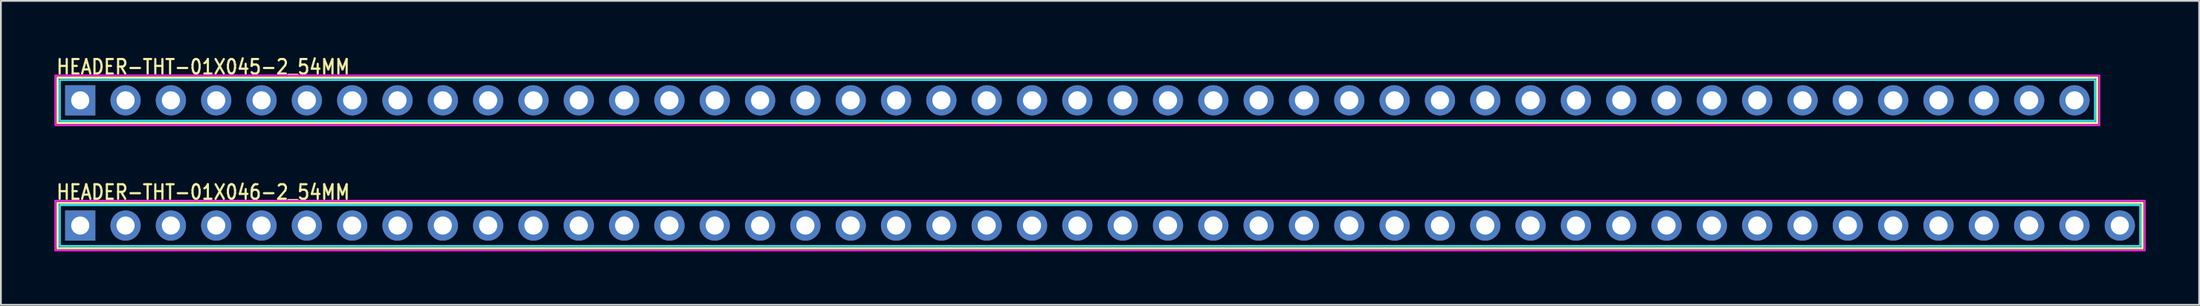
<source format=kicad_pcb>
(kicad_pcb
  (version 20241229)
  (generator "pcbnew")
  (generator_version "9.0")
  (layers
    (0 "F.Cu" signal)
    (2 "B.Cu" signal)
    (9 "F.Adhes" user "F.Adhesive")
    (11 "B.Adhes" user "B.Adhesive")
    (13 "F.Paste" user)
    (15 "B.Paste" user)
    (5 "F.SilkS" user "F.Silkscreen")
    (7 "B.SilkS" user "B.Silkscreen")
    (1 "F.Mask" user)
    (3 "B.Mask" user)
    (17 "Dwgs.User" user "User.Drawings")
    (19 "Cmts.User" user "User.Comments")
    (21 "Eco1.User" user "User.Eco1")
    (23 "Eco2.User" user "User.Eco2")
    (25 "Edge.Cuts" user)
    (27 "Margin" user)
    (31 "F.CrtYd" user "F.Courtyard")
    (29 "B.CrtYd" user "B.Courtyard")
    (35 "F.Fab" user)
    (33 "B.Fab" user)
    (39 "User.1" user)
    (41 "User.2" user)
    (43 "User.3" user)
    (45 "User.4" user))
  (footprint "HEADER-THT-01X045-2_54MM"
    (layer "F.Cu")
    (at 1.447 2.579)
    (property "Reference" "HEADER-THT-01X045-2_54MM" (at -1.4 -1.4 0) (unlocked yes) (layer "F.SilkS") (effects (font (size 0.813 0.695) (thickness 0.122)) (justify left bottom)))
    (fp_line (start -1.27 -1.27) (end -1.27 1.27) (stroke (width 0.127) (type solid)) (layer "F.SilkS"))
    (fp_line (start -1.27 1.27) (end 113.03 1.27) (stroke (width 0.127) (type solid)) (layer "F.SilkS"))
    (fp_line (start 113.03 -1.27) (end -1.27 -1.27) (stroke (width 0.127) (type solid)) (layer "F.SilkS"))
    (fp_line (start 113.03 1.27) (end 113.03 -1.27) (stroke (width 0.127) (type solid)) (layer "F.SilkS"))
    (fp_poly (pts (xy -1.143 -1.143) (xy 112.903 -1.143) (xy 112.903 1.143) (xy -1.143 1.143)) (stroke (width 0.1) (type solid)) (fill no) (layer "B.CrtYd"))
    (fp_poly (pts (xy -1.397 -1.397) (xy 113.157 -1.397) (xy 113.157 1.397) (xy -1.397 1.397)) (stroke (width 0.1) (type solid)) (fill no) (layer "F.CrtYd"))
    (pad "1" thru_hole rect (at 0 0) (size 1.693 1.693) (drill 1.016) (layers "*.Cu" "*.Mask"))
    (pad "2" thru_hole oval (at 2.54 0) (size 1.693 1.693) (drill 1.016) (layers "*.Cu" "*.Mask"))
    (pad "3" thru_hole oval (at 5.08 0) (size 1.693 1.693) (drill 1.016) (layers "*.Cu" "*.Mask"))
    (pad "4" thru_hole oval (at 7.62 0) (size 1.693 1.693) (drill 1.016) (layers "*.Cu" "*.Mask"))
    (pad "5" thru_hole oval (at 10.16 0) (size 1.693 1.693) (drill 1.016) (layers "*.Cu" "*.Mask"))
    (pad "6" thru_hole oval (at 12.7 0) (size 1.693 1.693) (drill 1.016) (layers "*.Cu" "*.Mask"))
    (pad "7" thru_hole oval (at 15.24 0) (size 1.693 1.693) (drill 1.016) (layers "*.Cu" "*.Mask"))
    (pad "8" thru_hole oval (at 17.78 0) (size 1.693 1.693) (drill 1.016) (layers "*.Cu" "*.Mask"))
    (pad "9" thru_hole oval (at 20.32 0) (size 1.693 1.693) (drill 1.016) (layers "*.Cu" "*.Mask"))
    (pad "10" thru_hole oval (at 22.86 0) (size 1.693 1.693) (drill 1.016) (layers "*.Cu" "*.Mask"))
    (pad "11" thru_hole oval (at 25.4 0) (size 1.693 1.693) (drill 1.016) (layers "*.Cu" "*.Mask"))
    (pad "12" thru_hole oval (at 27.94 0) (size 1.693 1.693) (drill 1.016) (layers "*.Cu" "*.Mask"))
    (pad "13" thru_hole oval (at 30.48 0) (size 1.693 1.693) (drill 1.016) (layers "*.Cu" "*.Mask"))
    (pad "14" thru_hole oval (at 33.02 0) (size 1.693 1.693) (drill 1.016) (layers "*.Cu" "*.Mask"))
    (pad "15" thru_hole oval (at 35.56 0) (size 1.693 1.693) (drill 1.016) (layers "*.Cu" "*.Mask"))
    (pad "16" thru_hole oval (at 38.1 0) (size 1.693 1.693) (drill 1.016) (layers "*.Cu" "*.Mask"))
    (pad "17" thru_hole oval (at 40.64 0) (size 1.693 1.693) (drill 1.016) (layers "*.Cu" "*.Mask"))
    (pad "18" thru_hole oval (at 43.18 0) (size 1.693 1.693) (drill 1.016) (layers "*.Cu" "*.Mask"))
    (pad "19" thru_hole oval (at 45.72 0) (size 1.693 1.693) (drill 1.016) (layers "*.Cu" "*.Mask"))
    (pad "20" thru_hole oval (at 48.26 0) (size 1.693 1.693) (drill 1.016) (layers "*.Cu" "*.Mask"))
    (pad "21" thru_hole oval (at 50.8 0) (size 1.693 1.693) (drill 1.016) (layers "*.Cu" "*.Mask"))
    (pad "22" thru_hole oval (at 53.34 0) (size 1.693 1.693) (drill 1.016) (layers "*.Cu" "*.Mask"))
    (pad "23" thru_hole oval (at 55.88 0) (size 1.693 1.693) (drill 1.016) (layers "*.Cu" "*.Mask"))
    (pad "24" thru_hole oval (at 58.42 0) (size 1.693 1.693) (drill 1.016) (layers "*.Cu" "*.Mask"))
    (pad "25" thru_hole oval (at 60.96 0) (size 1.693 1.693) (drill 1.016) (layers "*.Cu" "*.Mask"))
    (pad "26" thru_hole oval (at 63.5 0) (size 1.693 1.693) (drill 1.016) (layers "*.Cu" "*.Mask"))
    (pad "27" thru_hole oval (at 66.04 0) (size 1.693 1.693) (drill 1.016) (layers "*.Cu" "*.Mask"))
    (pad "28" thru_hole oval (at 68.58 0) (size 1.693 1.693) (drill 1.016) (layers "*.Cu" "*.Mask"))
    (pad "29" thru_hole oval (at 71.12 0) (size 1.693 1.693) (drill 1.016) (layers "*.Cu" "*.Mask"))
    (pad "30" thru_hole oval (at 73.66 0) (size 1.693 1.693) (drill 1.016) (layers "*.Cu" "*.Mask"))
    (pad "31" thru_hole oval (at 76.2 0) (size 1.693 1.693) (drill 1.016) (layers "*.Cu" "*.Mask"))
    (pad "32" thru_hole oval (at 78.74 0) (size 1.693 1.693) (drill 1.016) (layers "*.Cu" "*.Mask"))
    (pad "33" thru_hole oval (at 81.28 0) (size 1.693 1.693) (drill 1.016) (layers "*.Cu" "*.Mask"))
    (pad "34" thru_hole oval (at 83.82 0) (size 1.693 1.693) (drill 1.016) (layers "*.Cu" "*.Mask"))
    (pad "35" thru_hole oval (at 86.36 0) (size 1.693 1.693) (drill 1.016) (layers "*.Cu" "*.Mask"))
    (pad "36" thru_hole oval (at 88.9 0) (size 1.693 1.693) (drill 1.016) (layers "*.Cu" "*.Mask"))
    (pad "37" thru_hole oval (at 91.44 0) (size 1.693 1.693) (drill 1.016) (layers "*.Cu" "*.Mask"))
    (pad "38" thru_hole oval (at 93.98 0) (size 1.693 1.693) (drill 1.016) (layers "*.Cu" "*.Mask"))
    (pad "39" thru_hole oval (at 96.52 0) (size 1.693 1.693) (drill 1.016) (layers "*.Cu" "*.Mask"))
    (pad "40" thru_hole oval (at 99.06 0) (size 1.693 1.693) (drill 1.016) (layers "*.Cu" "*.Mask"))
    (pad "41" thru_hole oval (at 101.6 0) (size 1.693 1.693) (drill 1.016) (layers "*.Cu" "*.Mask"))
    (pad "42" thru_hole oval (at 104.14 0) (size 1.693 1.693) (drill 1.016) (layers "*.Cu" "*.Mask"))
    (pad "43" thru_hole oval (at 106.68 0) (size 1.693 1.693) (drill 1.016) (layers "*.Cu" "*.Mask"))
    (pad "44" thru_hole oval (at 109.22 0) (size 1.693 1.693) (drill 1.016) (layers "*.Cu" "*.Mask"))
    (pad "45" thru_hole oval (at 111.76 0) (size 1.693 1.693) (drill 1.016) (layers "*.Cu" "*.Mask")))
  (footprint "HEADER-THT-01X046-2_54MM"
    (layer "F.Cu")
    (at 1.447 9.604)
    (property "Reference" "HEADER-THT-01X046-2_54MM" (at -1.4 -1.4 0) (unlocked yes) (layer "F.SilkS") (effects (font (size 0.813 0.695) (thickness 0.122)) (justify left bottom)))
    (fp_line (start -1.27 -1.27) (end -1.27 1.27) (stroke (width 0.127) (type solid)) (layer "F.SilkS"))
    (fp_line (start -1.27 1.27) (end 115.57 1.27) (stroke (width 0.127) (type solid)) (layer "F.SilkS"))
    (fp_line (start 115.57 -1.27) (end -1.27 -1.27) (stroke (width 0.127) (type solid)) (layer "F.SilkS"))
    (fp_line (start 115.57 1.27) (end 115.57 -1.27) (stroke (width 0.127) (type solid)) (layer "F.SilkS"))
    (fp_poly (pts (xy -1.143 -1.143) (xy 115.443 -1.143) (xy 115.443 1.143) (xy -1.143 1.143)) (stroke (width 0.1) (type solid)) (fill no) (layer "B.CrtYd"))
    (fp_poly (pts (xy -1.397 -1.397) (xy 115.697 -1.397) (xy 115.697 1.397) (xy -1.397 1.397)) (stroke (width 0.1) (type solid)) (fill no) (layer "F.CrtYd"))
    (pad "1" thru_hole rect (at 0 0) (size 1.693 1.693) (drill 1.016) (layers "*.Cu" "*.Mask"))
    (pad "2" thru_hole oval (at 2.54 0) (size 1.693 1.693) (drill 1.016) (layers "*.Cu" "*.Mask"))
    (pad "3" thru_hole oval (at 5.08 0) (size 1.693 1.693) (drill 1.016) (layers "*.Cu" "*.Mask"))
    (pad "4" thru_hole oval (at 7.62 0) (size 1.693 1.693) (drill 1.016) (layers "*.Cu" "*.Mask"))
    (pad "5" thru_hole oval (at 10.16 0) (size 1.693 1.693) (drill 1.016) (layers "*.Cu" "*.Mask"))
    (pad "6" thru_hole oval (at 12.7 0) (size 1.693 1.693) (drill 1.016) (layers "*.Cu" "*.Mask"))
    (pad "7" thru_hole oval (at 15.24 0) (size 1.693 1.693) (drill 1.016) (layers "*.Cu" "*.Mask"))
    (pad "8" thru_hole oval (at 17.78 0) (size 1.693 1.693) (drill 1.016) (layers "*.Cu" "*.Mask"))
    (pad "9" thru_hole oval (at 20.32 0) (size 1.693 1.693) (drill 1.016) (layers "*.Cu" "*.Mask"))
    (pad "10" thru_hole oval (at 22.86 0) (size 1.693 1.693) (drill 1.016) (layers "*.Cu" "*.Mask"))
    (pad "11" thru_hole oval (at 25.4 0) (size 1.693 1.693) (drill 1.016) (layers "*.Cu" "*.Mask"))
    (pad "12" thru_hole oval (at 27.94 0) (size 1.693 1.693) (drill 1.016) (layers "*.Cu" "*.Mask"))
    (pad "13" thru_hole oval (at 30.48 0) (size 1.693 1.693) (drill 1.016) (layers "*.Cu" "*.Mask"))
    (pad "14" thru_hole oval (at 33.02 0) (size 1.693 1.693) (drill 1.016) (layers "*.Cu" "*.Mask"))
    (pad "15" thru_hole oval (at 35.56 0) (size 1.693 1.693) (drill 1.016) (layers "*.Cu" "*.Mask"))
    (pad "16" thru_hole oval (at 38.1 0) (size 1.693 1.693) (drill 1.016) (layers "*.Cu" "*.Mask"))
    (pad "17" thru_hole oval (at 40.64 0) (size 1.693 1.693) (drill 1.016) (layers "*.Cu" "*.Mask"))
    (pad "18" thru_hole oval (at 43.18 0) (size 1.693 1.693) (drill 1.016) (layers "*.Cu" "*.Mask"))
    (pad "19" thru_hole oval (at 45.72 0) (size 1.693 1.693) (drill 1.016) (layers "*.Cu" "*.Mask"))
    (pad "20" thru_hole oval (at 48.26 0) (size 1.693 1.693) (drill 1.016) (layers "*.Cu" "*.Mask"))
    (pad "21" thru_hole oval (at 50.8 0) (size 1.693 1.693) (drill 1.016) (layers "*.Cu" "*.Mask"))
    (pad "22" thru_hole oval (at 53.34 0) (size 1.693 1.693) (drill 1.016) (layers "*.Cu" "*.Mask"))
    (pad "23" thru_hole oval (at 55.88 0) (size 1.693 1.693) (drill 1.016) (layers "*.Cu" "*.Mask"))
    (pad "24" thru_hole oval (at 58.42 0) (size 1.693 1.693) (drill 1.016) (layers "*.Cu" "*.Mask"))
    (pad "25" thru_hole oval (at 60.96 0) (size 1.693 1.693) (drill 1.016) (layers "*.Cu" "*.Mask"))
    (pad "26" thru_hole oval (at 63.5 0) (size 1.693 1.693) (drill 1.016) (layers "*.Cu" "*.Mask"))
    (pad "27" thru_hole oval (at 66.04 0) (size 1.693 1.693) (drill 1.016) (layers "*.Cu" "*.Mask"))
    (pad "28" thru_hole oval (at 68.58 0) (size 1.693 1.693) (drill 1.016) (layers "*.Cu" "*.Mask"))
    (pad "29" thru_hole oval (at 71.12 0) (size 1.693 1.693) (drill 1.016) (layers "*.Cu" "*.Mask"))
    (pad "30" thru_hole oval (at 73.66 0) (size 1.693 1.693) (drill 1.016) (layers "*.Cu" "*.Mask"))
    (pad "31" thru_hole oval (at 76.2 0) (size 1.693 1.693) (drill 1.016) (layers "*.Cu" "*.Mask"))
    (pad "32" thru_hole oval (at 78.74 0) (size 1.693 1.693) (drill 1.016) (layers "*.Cu" "*.Mask"))
    (pad "33" thru_hole oval (at 81.28 0) (size 1.693 1.693) (drill 1.016) (layers "*.Cu" "*.Mask"))
    (pad "34" thru_hole oval (at 83.82 0) (size 1.693 1.693) (drill 1.016) (layers "*.Cu" "*.Mask"))
    (pad "35" thru_hole oval (at 86.36 0) (size 1.693 1.693) (drill 1.016) (layers "*.Cu" "*.Mask"))
    (pad "36" thru_hole oval (at 88.9 0) (size 1.693 1.693) (drill 1.016) (layers "*.Cu" "*.Mask"))
    (pad "37" thru_hole oval (at 91.44 0) (size 1.693 1.693) (drill 1.016) (layers "*.Cu" "*.Mask"))
    (pad "38" thru_hole oval (at 93.98 0) (size 1.693 1.693) (drill 1.016) (layers "*.Cu" "*.Mask"))
    (pad "39" thru_hole oval (at 96.52 0) (size 1.693 1.693) (drill 1.016) (layers "*.Cu" "*.Mask"))
    (pad "40" thru_hole oval (at 99.06 0) (size 1.693 1.693) (drill 1.016) (layers "*.Cu" "*.Mask"))
    (pad "41" thru_hole oval (at 101.6 0) (size 1.693 1.693) (drill 1.016) (layers "*.Cu" "*.Mask"))
    (pad "42" thru_hole oval (at 104.14 0) (size 1.693 1.693) (drill 1.016) (layers "*.Cu" "*.Mask"))
    (pad "43" thru_hole oval (at 106.68 0) (size 1.693 1.693) (drill 1.016) (layers "*.Cu" "*.Mask"))
    (pad "44" thru_hole oval (at 109.22 0) (size 1.693 1.693) (drill 1.016) (layers "*.Cu" "*.Mask"))
    (pad "45" thru_hole oval (at 111.76 0) (size 1.693 1.693) (drill 1.016) (layers "*.Cu" "*.Mask"))
    (pad "46" thru_hole oval (at 114.3 0) (size 1.693 1.693) (drill 1.016) (layers "*.Cu" "*.Mask")))
  (gr_rect
    (start -3 -3)
    (end 120.194 14.051)
    (stroke (width 0.1) (type default))
    (fill no)
    (layer "Edge.Cuts")))
</source>
